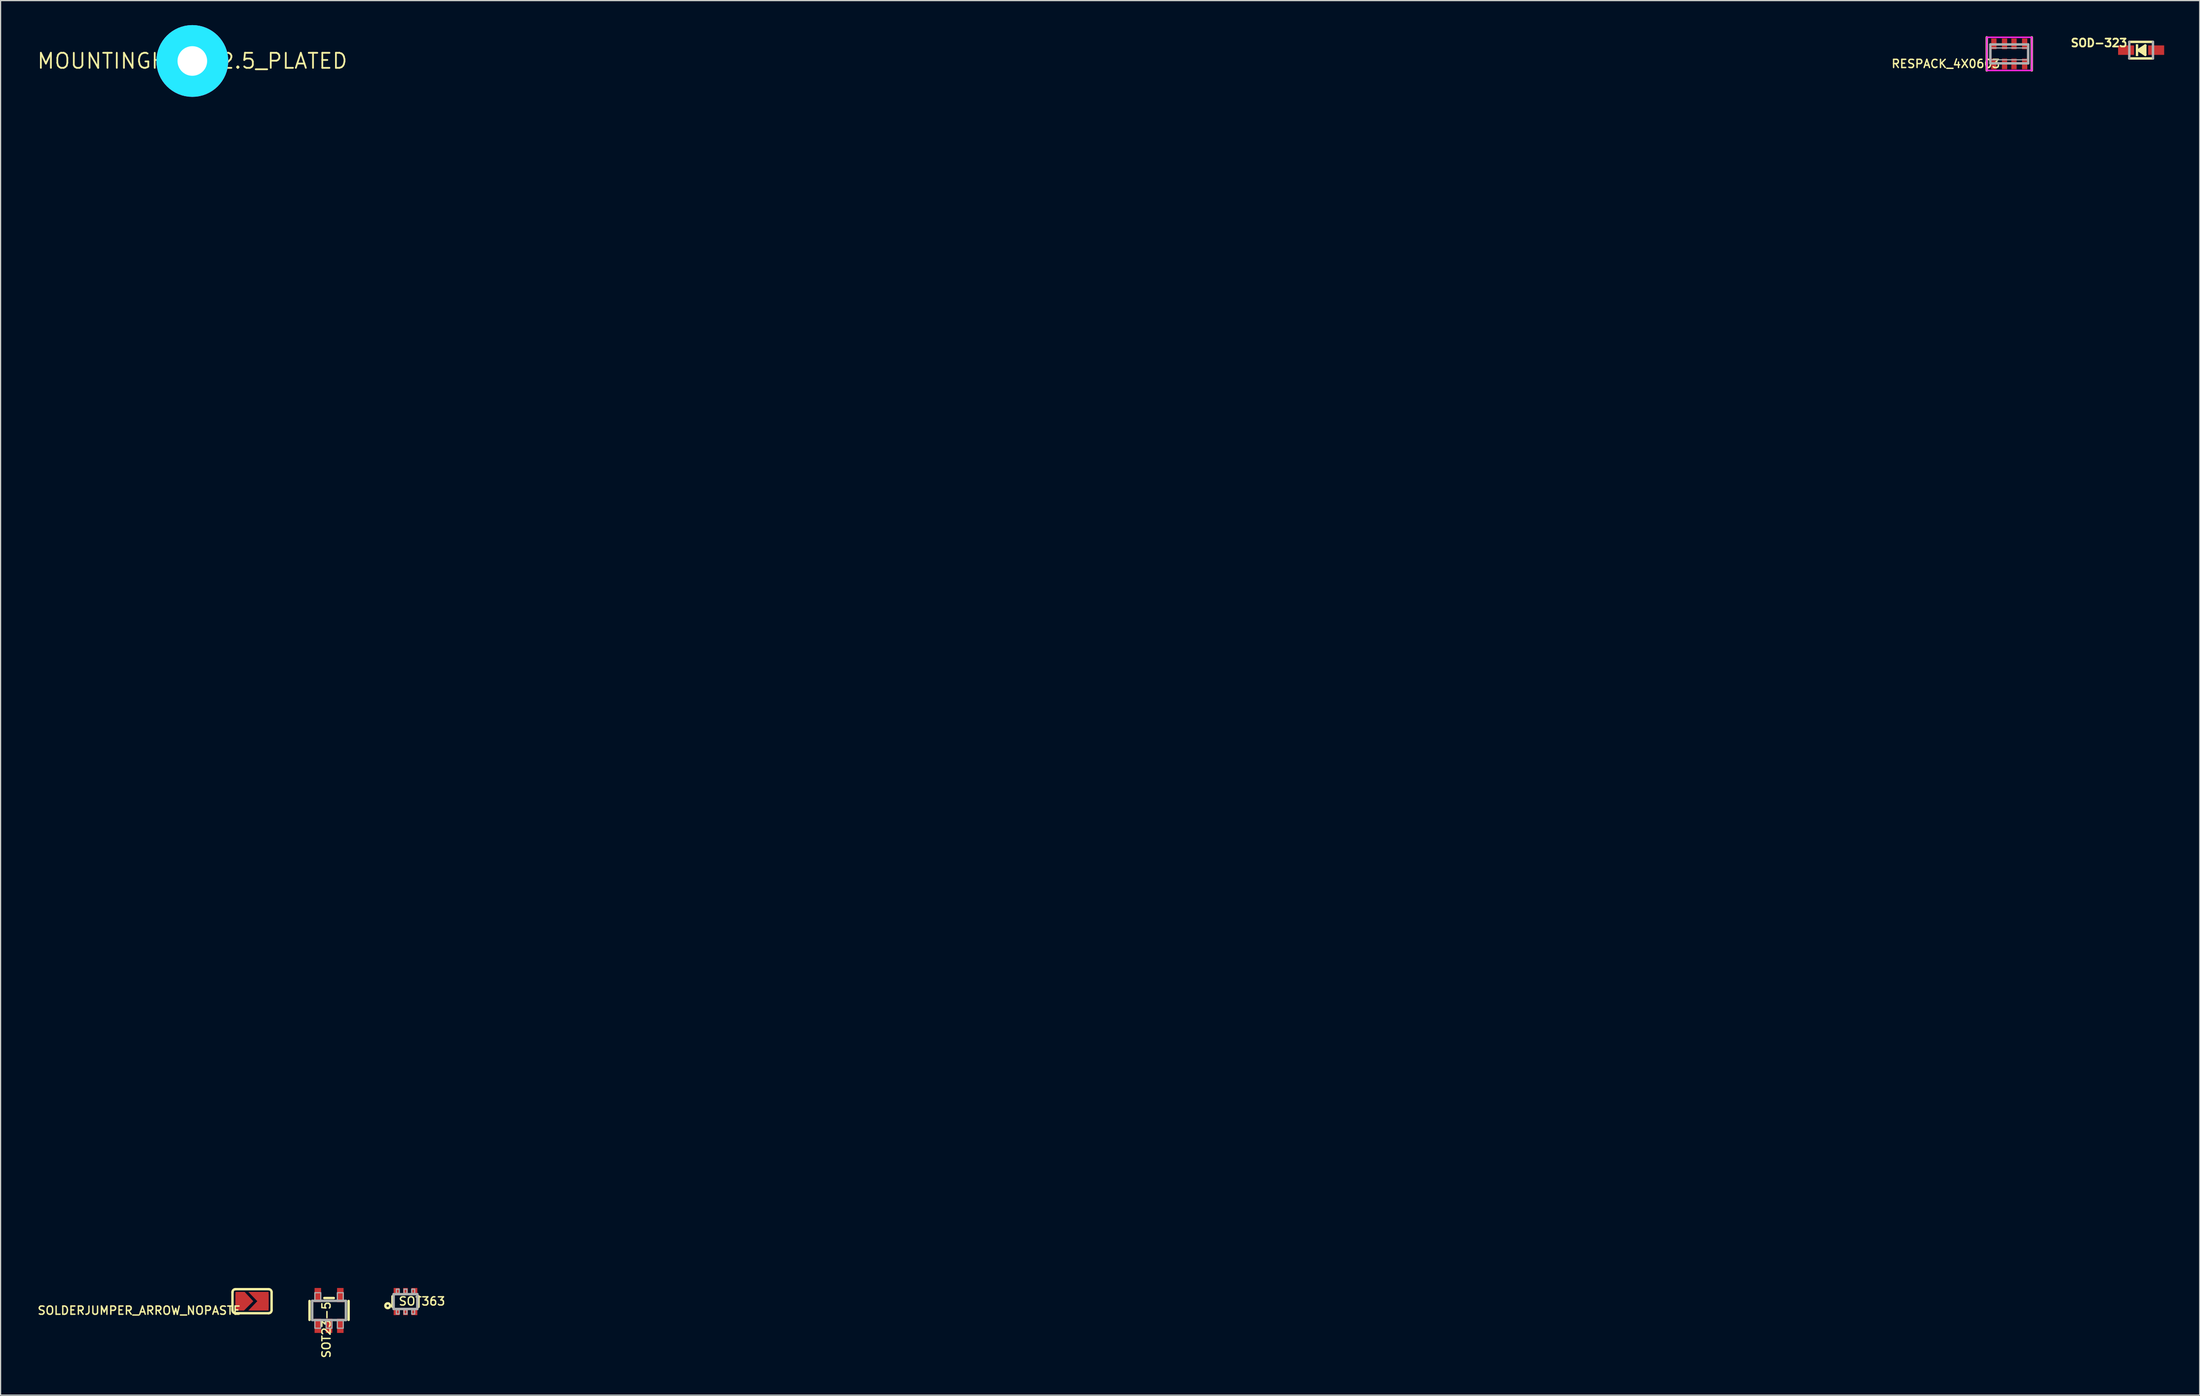
<source format=kicad_pcb>
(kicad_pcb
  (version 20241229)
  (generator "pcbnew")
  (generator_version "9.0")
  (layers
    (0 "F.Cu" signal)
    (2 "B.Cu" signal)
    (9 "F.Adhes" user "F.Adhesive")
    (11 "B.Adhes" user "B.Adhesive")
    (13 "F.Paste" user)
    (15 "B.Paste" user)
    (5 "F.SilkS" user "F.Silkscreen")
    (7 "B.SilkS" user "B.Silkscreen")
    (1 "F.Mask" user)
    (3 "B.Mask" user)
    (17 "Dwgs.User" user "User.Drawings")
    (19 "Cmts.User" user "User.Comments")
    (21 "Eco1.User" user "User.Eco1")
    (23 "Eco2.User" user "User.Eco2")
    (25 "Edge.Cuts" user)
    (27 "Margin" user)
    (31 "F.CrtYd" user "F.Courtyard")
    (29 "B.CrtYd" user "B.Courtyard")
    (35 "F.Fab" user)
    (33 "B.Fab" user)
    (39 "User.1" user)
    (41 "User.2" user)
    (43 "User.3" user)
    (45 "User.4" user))
  (footprint "SOLDERJUMPER_ARROW_NOPASTE"
    (layer "F.Cu")
    (at 18.233 106.888)
    (property "Reference" "SOLDERJUMPER_ARROW_NOPASTE" (at -0.889 0.381 0) (layer "F.SilkS") (effects (font (size 0.693 0.693) (thickness 0.12)) (justify right top)))
    (fp_poly (pts (xy 0.106 0.003) (xy -0.679 0.788) (xy -1.395 0.788) (xy -1.395 -0.788) (xy -0.627 -0.788)) (stroke (width 0) (type default)) (fill yes) (layer "F.Cu"))
    (fp_poly (pts (xy 1.395 0.788) (xy -0.316 0.788) (xy 0.443 0) (xy -0.316 -0.788) (xy 1.395 -0.788)) (stroke (width 0) (type default)) (fill yes) (layer "F.Cu"))
    (fp_poly (pts (xy -1.46 0.826) (xy 1.46 0.826) (xy 1.46 -0.826) (xy -1.46 -0.826)) (stroke (width 0) (type default)) (fill yes) (layer "F.Mask"))
    (fp_line (start -1.651 0.762) (end -1.651 -0.762) (stroke (width 0.203) (type solid)) (layer "F.SilkS"))
    (fp_line (start -1.397 -1.016) (end 1.397 -1.016) (stroke (width 0.203) (type solid)) (layer "F.SilkS"))
    (fp_line (start 1.397 1.016) (end -1.397 1.016) (stroke (width 0.203) (type solid)) (layer "F.SilkS"))
    (fp_line (start 1.651 0.762) (end 1.651 -0.762) (stroke (width 0.203) (type solid)) (layer "F.SilkS"))
    (fp_arc (start -1.651 -0.762) (mid -1.576605 -0.941605) (end -1.397 -1.016) (stroke (width 0.2032) (type solid)) (layer "F.SilkS"))
    (fp_arc (start -1.397 1.016) (mid -1.576605 0.941605) (end -1.651 0.762) (stroke (width 0.2032) (type solid)) (layer "F.SilkS"))
    (fp_arc (start 1.397 -1.016) (mid 1.576605 -0.941605) (end 1.651 -0.762) (stroke (width 0.2032) (type solid)) (layer "F.SilkS"))
    (fp_arc (start 1.651 0.762) (mid 1.576605 0.941605) (end 1.397 1.016) (stroke (width 0.2032) (type solid)) (layer "F.SilkS"))
    (pad "1" smd roundrect (at -1.016 0 180) (size 0.762 1.524) (layers "F.Cu") (roundrect_rratio 0.25))
    (pad "2" smd roundrect (at 1.016 0 180) (size 0.762 1.524) (layers "F.Cu") (roundrect_rratio 0.25)))
  (footprint "RESPACK_4X0603"
    (layer "F.Cu")
    (at 166.619 1.502)
    (property "Reference" "RESPACK_4X0603" (at -0.711 0.432 180) (layer "F.SilkS") (effects (font (size 0.693 0.693) (thickness 0.12)) (justify right top)))
    (fp_line (start -1.9 1.4) (end -1.9 -1.4) (stroke (width 0.203) (type solid)) (layer "F.SilkS"))
    (fp_line (start 1.9 -1.4) (end 1.9 1.4) (stroke (width 0.203) (type solid)) (layer "F.SilkS"))
    (fp_line (start -1.9 -1.4) (end 1.9 -1.4) (stroke (width 0.127) (type solid)) (layer "F.CrtYd"))
    (fp_line (start -1.9 1.4) (end -1.9 -1.4) (stroke (width 0.127) (type solid)) (layer "F.CrtYd"))
    (fp_line (start -1.9 1.4) (end 1.9 1.4) (stroke (width 0.127) (type solid)) (layer "F.CrtYd"))
    (fp_line (start 1.9 -1.4) (end 1.9 1.4) (stroke (width 0.127) (type solid)) (layer "F.CrtYd"))
    (fp_line (start -1.6 -0.8) (end 1.6 -0.8) (stroke (width 0.203) (type solid)) (layer "F.Fab"))
    (fp_line (start -1.6 0.8) (end -1.6 -0.8) (stroke (width 0.203) (type solid)) (layer "F.Fab"))
    (fp_line (start 1.6 -0.8) (end 1.6 0.8) (stroke (width 0.203) (type solid)) (layer "F.Fab"))
    (fp_line (start 1.6 0.8) (end -1.6 0.8) (stroke (width 0.203) (type solid)) (layer "F.Fab"))
    (fp_poly (pts (xy -1.55 0.5) (xy 1.55 0.5) (xy 1.55 -0.5) (xy -1.55 -0.5)) (stroke (width 0.1) (type default)) (fill no) (layer "F.Fab"))
    (pad "1" smd rect (at -1.3 0.85) (size 0.45 0.9) (layers "F.Cu" "F.Mask" "F.Paste"))
    (pad "2" smd rect (at -0.4 0.85) (size 0.45 0.9) (layers "F.Cu" "F.Mask" "F.Paste"))
    (pad "3" smd rect (at 0.4 0.85) (size 0.45 0.9) (layers "F.Cu" "F.Mask" "F.Paste"))
    (pad "4" smd rect (at 1.3 0.85) (size 0.45 0.9) (layers "F.Cu" "F.Mask" "F.Paste"))
    (pad "5" smd rect (at 1.3 -0.85) (size 0.45 0.9) (layers "F.Cu" "F.Mask" "F.Paste"))
    (pad "6" smd rect (at 0.4 -0.85) (size 0.45 0.9) (layers "F.Cu" "F.Mask" "F.Paste"))
    (pad "7" smd rect (at -0.4 -0.85) (size 0.45 0.9) (layers "F.Cu" "F.Mask" "F.Paste"))
    (pad "8" smd rect (at -1.3 -0.85) (size 0.45 0.9) (layers "F.Cu" "F.Mask" "F.Paste")))
  (footprint "SOT363"
    (layer "F.Cu")
    (at 31.191 106.92)
    (property "Reference" "SOT363" (at -0.635 0.381 0) (layer "F.SilkS") (effects (font (size 0.693 0.693) (thickness 0.12)) (justify left bottom)))
    (fp_line (start -1.1 -0.45) (end -1.1 0.45) (stroke (width 0.203) (type solid)) (layer "F.SilkS"))
    (fp_line (start 1.1 -0.45) (end 1.1 0.45) (stroke (width 0.203) (type solid)) (layer "F.SilkS"))
    (fp_circle (center -1.5 0.35) (end -1.4 0.35) (stroke (width 0.203) (type solid)) (fill no) (layer "F.SilkS"))
    (fp_line (start -1 -0.625) (end 1 -0.625) (stroke (width 0.203) (type solid)) (layer "F.Fab"))
    (fp_line (start -1 0.625) (end -1 -0.625) (stroke (width 0.203) (type solid)) (layer "F.Fab"))
    (fp_line (start 1 -0.625) (end 1 0.625) (stroke (width 0.203) (type solid)) (layer "F.Fab"))
    (fp_line (start 1 0.625) (end -1 0.625) (stroke (width 0.203) (type solid)) (layer "F.Fab"))
    (fp_poly (pts (xy -0.775 -0.7) (xy -0.525 -0.7) (xy -0.525 -1.05) (xy -0.775 -1.05)) (stroke (width 0.1) (type default)) (fill no) (layer "F.Fab"))
    (fp_poly (pts (xy -0.775 1.05) (xy -0.525 1.05) (xy -0.525 0.7) (xy -0.775 0.7)) (stroke (width 0.1) (type default)) (fill no) (layer "F.Fab"))
    (fp_poly (pts (xy -0.125 -0.7) (xy 0.125 -0.7) (xy 0.125 -1.05) (xy -0.125 -1.05)) (stroke (width 0.1) (type default)) (fill no) (layer "F.Fab"))
    (fp_poly (pts (xy -0.125 1.05) (xy 0.125 1.05) (xy 0.125 0.7) (xy -0.125 0.7)) (stroke (width 0.1) (type default)) (fill no) (layer "F.Fab"))
    (fp_poly (pts (xy 0.525 -0.7) (xy 0.775 -0.7) (xy 0.775 -1.05) (xy 0.525 -1.05)) (stroke (width 0.1) (type default)) (fill no) (layer "F.Fab"))
    (fp_poly (pts (xy 0.525 1.05) (xy 0.775 1.05) (xy 0.775 0.7) (xy 0.525 0.7)) (stroke (width 0.1) (type default)) (fill no) (layer "F.Fab"))
    (pad "1" smd rect (at -0.75 0.9) (size 0.5 0.5) (layers "F.Cu" "F.Mask" "F.Paste"))
    (pad "2" smd rect (at 0 0.9) (size 0.4 0.5) (layers "F.Cu" "F.Mask" "F.Paste"))
    (pad "3" smd rect (at 0.75 0.9) (size 0.5 0.5) (layers "F.Cu" "F.Mask" "F.Paste"))
    (pad "4" smd rect (at 0.75 -0.9) (size 0.5 0.5) (layers "F.Cu" "F.Mask" "F.Paste"))
    (pad "5" smd rect (at 0 -0.9) (size 0.4 0.5) (layers "F.Cu" "F.Mask" "F.Paste"))
    (pad "6" smd rect (at -0.75 -0.9) (size 0.5 0.5) (layers "F.Cu" "F.Mask" "F.Paste")))
  (footprint "SOT23-5"
    (layer "F.Cu")
    (at 24.737 107.67)
    (property "Reference" "SOT23-5" (at -0.635 -0.816 90) (layer "F.SilkS") (effects (font (size 0.693 0.693) (thickness 0.12)) (justify right top)))
    (fp_line (start -1.65 -0.8) (end -1.65 0.8) (stroke (width 0.203) (type solid)) (layer "F.SilkS"))
    (fp_line (start -0.4 -1.05) (end 0.4 -1.05) (stroke (width 0.203) (type solid)) (layer "F.SilkS"))
    (fp_line (start 1.65 -0.8) (end 1.65 0.8) (stroke (width 0.203) (type solid)) (layer "F.SilkS"))
    (fp_line (start -1.422 -0.81) (end 1.422 -0.81) (stroke (width 0.203) (type solid)) (layer "F.Fab"))
    (fp_line (start -1.422 0.81) (end -1.422 -0.81) (stroke (width 0.203) (type solid)) (layer "F.Fab"))
    (fp_line (start 1.422 -0.81) (end 1.422 0.81) (stroke (width 0.203) (type solid)) (layer "F.Fab"))
    (fp_line (start 1.422 0.81) (end -1.422 0.81) (stroke (width 0.203) (type solid)) (layer "F.Fab"))
    (fp_poly (pts (xy -1.2 -0.85) (xy -0.7 -0.85) (xy -0.7 -1.5) (xy -1.2 -1.5)) (stroke (width 0.1) (type default)) (fill no) (layer "F.Fab"))
    (fp_poly (pts (xy -1.2 1.5) (xy -0.7 1.5) (xy -0.7 0.85) (xy -1.2 0.85)) (stroke (width 0.1) (type default)) (fill no) (layer "F.Fab"))
    (fp_poly (pts (xy -0.25 1.5) (xy 0.25 1.5) (xy 0.25 0.85) (xy -0.25 0.85)) (stroke (width 0.1) (type default)) (fill no) (layer "F.Fab"))
    (fp_poly (pts (xy 0.7 -0.85) (xy 1.2 -0.85) (xy 1.2 -1.5) (xy 0.7 -1.5)) (stroke (width 0.1) (type default)) (fill no) (layer "F.Fab"))
    (fp_poly (pts (xy 0.7 1.5) (xy 1.2 1.5) (xy 1.2 0.85) (xy 0.7 0.85)) (stroke (width 0.1) (type default)) (fill no) (layer "F.Fab"))
    (pad "1" smd rect (at -0.95 1.3) (size 0.55 1.2) (layers "F.Cu" "F.Mask" "F.Paste"))
    (pad "2" smd rect (at 0 1.3) (size 0.55 1.2) (layers "F.Cu" "F.Mask" "F.Paste"))
    (pad "3" smd rect (at 0.95 1.3) (size 0.55 1.2) (layers "F.Cu" "F.Mask" "F.Paste"))
    (pad "4" smd rect (at 0.95 -1.3) (size 0.55 1.2) (layers "F.Cu" "F.Mask" "F.Paste"))
    (pad "5" smd rect (at -0.95 -1.3) (size 0.55 1.2) (layers "F.Cu" "F.Mask" "F.Paste")))
  (footprint "MOUNTINGHOLE_2.5_PLATED"
    (layer "F.Cu")
    (at 13.191 2.102)
    (property "Reference" "MOUNTINGHOLE_2.5_PLATED" (at 0 0 0) (layer "F.SilkS") (effects (font (size 1.27 1.27) (thickness 0.15))))
    (fp_circle (center 0 0) (end 2 0) (stroke (width 0.203) (type solid)) (fill no) (layer "F.SilkS"))
    (fp_circle (center 0 0) (end 1 0) (stroke (width 2.032) (type solid)) (fill no) (layer "B.CrtYd"))
    (fp_circle (center 0 0) (end 1 0) (stroke (width 2.032) (type solid)) (fill no) (layer "F.CrtYd"))
    (pad "P$1" thru_hole circle (at 0 0) (size 3.2 3.2) (drill 2.5) (layers "*.Cu" "*.Mask"))
    (zone (net_name "") (layer "F.Cu") (hatch edge 0.5) (connect_pads) (min_thickness 0.25) (filled_areas_thickness no) (keepout (tracks not_allowed) (vias not_allowed) (pads not_allowed) (copperpour not_allowed) (footprints allowed)) (placement (enabled no)) (fill) (polygon (pts (xy 153.548 100.755) (xy 153.529 100.475) (xy 153.47 100.2) (xy 153.374 99.935) (xy 153.242 99.687) (xy 153.077 99.459) (xy 152.881 99.257) (xy 152.66 99.084) (xy 152.416 98.943) (xy 152.155 98.838) (xy 151.882 98.77) (xy 151.603 98.74) (xy 151.321 98.75) (xy 151.044 98.799) (xy 150.777 98.886) (xy 150.524 99.009) (xy 150.291 99.167) (xy 150.082 99.355) (xy 149.901 99.57) (xy 149.752 99.809) (xy 149.638 100.066) (xy 149.56 100.336) (xy 149.521 100.615) (xy 149.521 100.896) (xy 149.56 101.174) (xy 149.638 101.445) (xy 149.752 101.702) (xy 149.901 101.94) (xy 150.082 102.156) (xy 150.291 102.344) (xy 150.524 102.501) (xy 150.777 102.624) (xy 151.044 102.711) (xy 151.321 102.76) (xy 151.603 102.77) (xy 151.882 102.741) (xy 152.155 102.673) (xy 152.416 102.567) (xy 152.66 102.427) (xy 152.881 102.253) (xy 153.077 102.051) (xy 153.242 101.824) (xy 153.374 101.575) (xy 153.47 101.311) (xy 153.529 101.036))) (polygon (pts (xy 151.516 100.755) (xy 151.521 100.767) (xy 151.532 100.771) (xy 151.544 100.767) (xy 151.548 100.755) (xy 151.544 100.744) (xy 151.532 100.739) (xy 151.521 100.744))))
    (zone (net_name "") (layer "B.Cu") (hatch edge 0.5) (connect_pads) (min_thickness 0.25) (filled_areas_thickness no) (keepout (tracks not_allowed) (vias not_allowed) (pads not_allowed) (copperpour not_allowed) (footprints allowed)) (placement (enabled no)) (fill) (polygon (pts (xy 153.548 100.755) (xy 153.529 100.475) (xy 153.47 100.2) (xy 153.374 99.935) (xy 153.242 99.687) (xy 153.077 99.459) (xy 152.881 99.257) (xy 152.66 99.084) (xy 152.416 98.943) (xy 152.155 98.838) (xy 151.882 98.77) (xy 151.603 98.74) (xy 151.321 98.75) (xy 151.044 98.799) (xy 150.777 98.886) (xy 150.524 99.009) (xy 150.291 99.167) (xy 150.082 99.355) (xy 149.901 99.57) (xy 149.752 99.809) (xy 149.638 100.066) (xy 149.56 100.336) (xy 149.521 100.615) (xy 149.521 100.896) (xy 149.56 101.174) (xy 149.638 101.445) (xy 149.752 101.702) (xy 149.901 101.94) (xy 150.082 102.156) (xy 150.291 102.344) (xy 150.524 102.501) (xy 150.777 102.624) (xy 151.044 102.711) (xy 151.321 102.76) (xy 151.603 102.77) (xy 151.882 102.741) (xy 152.155 102.673) (xy 152.416 102.567) (xy 152.66 102.427) (xy 152.881 102.253) (xy 153.077 102.051) (xy 153.242 101.824) (xy 153.374 101.575) (xy 153.47 101.311) (xy 153.529 101.036))) (polygon (pts (xy 151.516 100.755) (xy 151.521 100.767) (xy 151.532 100.771) (xy 151.544 100.767) (xy 151.548 100.755) (xy 151.544 100.744) (xy 151.532 100.739) (xy 151.521 100.744)))))
  (footprint "SOD-323"
    (layer "F.Cu")
    (at 177.755 1.188)
    (property "Reference" "SOD-323" (at -1.1 -1 0) (layer "F.SilkS") (effects (font (size 0.666 0.666) (thickness 0.146)) (justify right top)))
    (fp_line (start -1 -0.7) (end 1 -0.7) (stroke (width 0.203) (type solid)) (layer "F.SilkS"))
    (fp_line (start -0.25 0) (end 0.35 -0.4) (stroke (width 0.203) (type solid)) (layer "F.SilkS"))
    (fp_line (start 0.35 -0.4) (end 0.35 0.4) (stroke (width 0.203) (type solid)) (layer "F.SilkS"))
    (fp_line (start 0.35 0.4) (end -0.25 0) (stroke (width 0.203) (type solid)) (layer "F.SilkS"))
    (fp_line (start 1 0.7) (end -1 0.7) (stroke (width 0.203) (type solid)) (layer "F.SilkS"))
    (fp_poly (pts (xy 0.302 0.39) (xy -0.283 0) (xy 0.302 -0.39)) (stroke (width 0) (type default)) (fill yes) (layer "F.SilkS"))
    (fp_poly (pts (xy -0.45 0.5) (xy -0.25 0.5) (xy -0.25 -0.5) (xy -0.45 -0.5)) (stroke (width 0) (type default)) (fill yes) (layer "F.SilkS"))
    (fp_line (start -1 0.7) (end -1 -0.7) (stroke (width 0.203) (type solid)) (layer "F.Fab"))
    (fp_line (start 1 -0.7) (end 1 0.7) (stroke (width 0.203) (type solid)) (layer "F.Fab"))
    (pad "A" smd rect (at 1.27 0) (size 1.35 0.8) (layers "F.Cu" "F.Mask" "F.Paste"))
    (pad "C" smd rect (at -1.27 0) (size 1.35 0.8) (layers "F.Cu" "F.Mask" "F.Paste")))
  (gr_rect
    (start -3 -3)
    (end 182.7 114.826)
    (stroke (width 0.1) (type default))
    (fill no)
    (layer "Edge.Cuts")))
</source>
